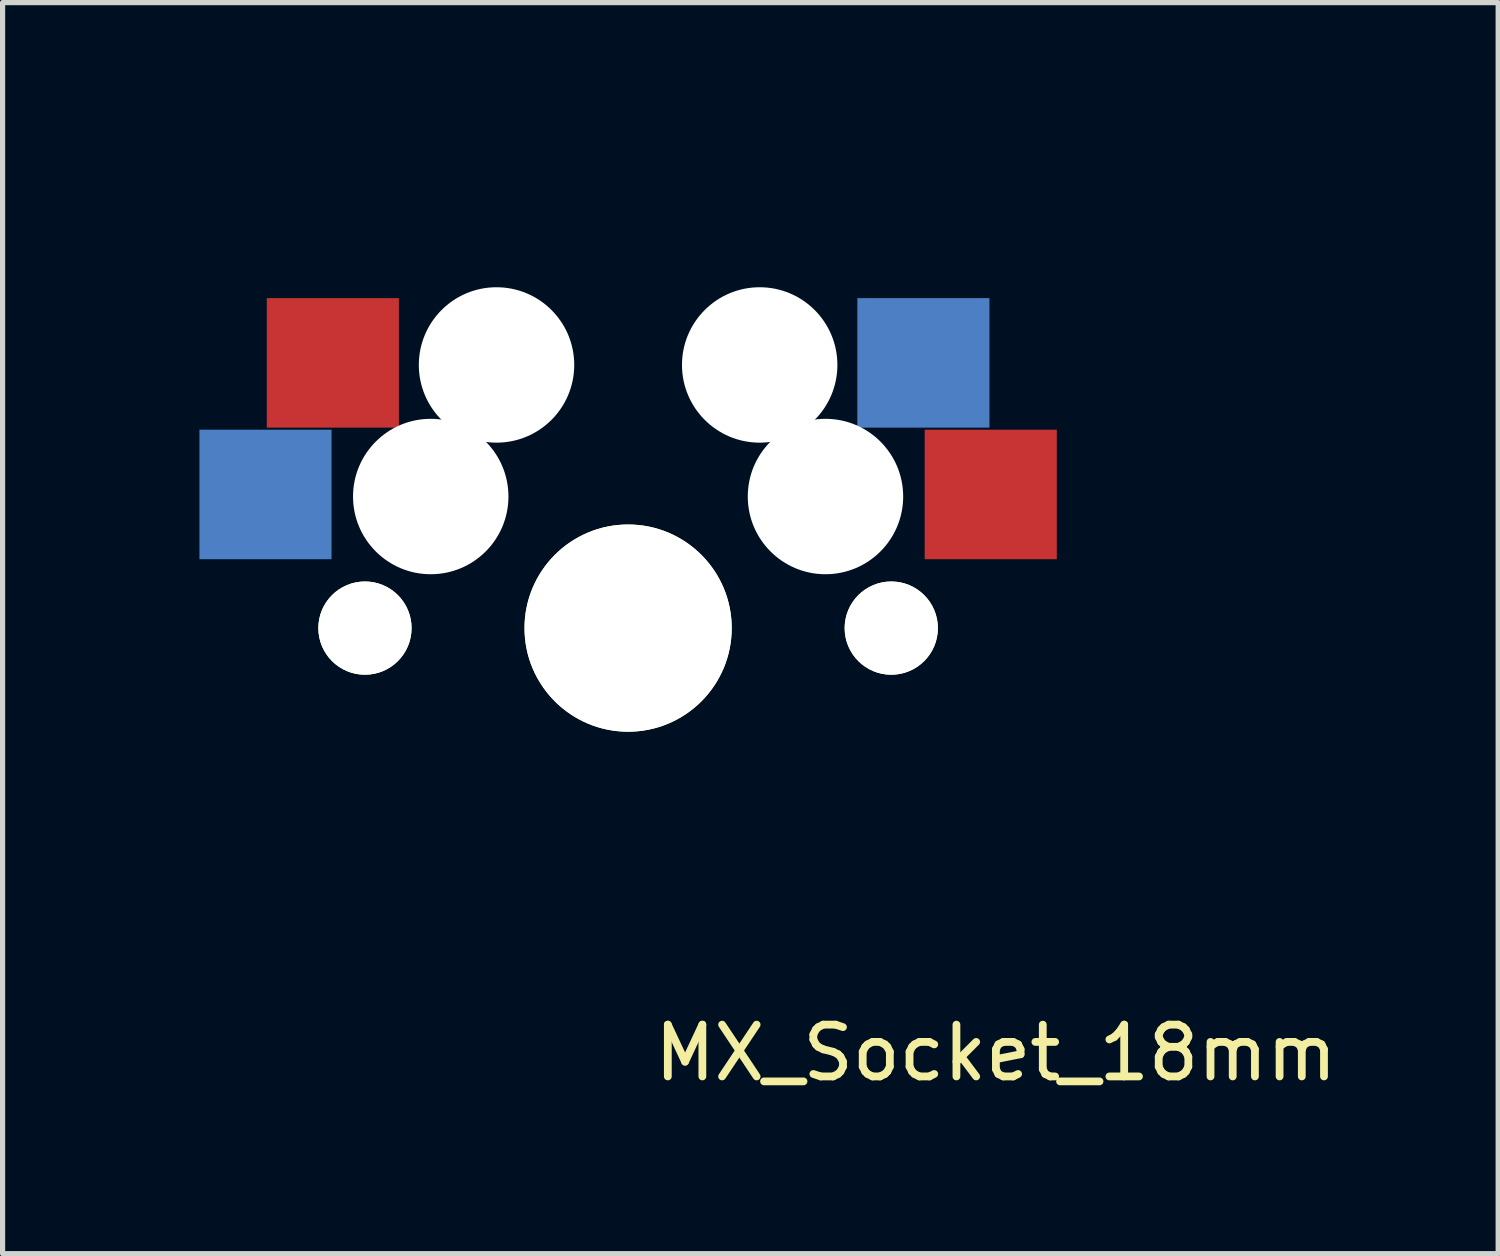
<source format=kicad_pcb>
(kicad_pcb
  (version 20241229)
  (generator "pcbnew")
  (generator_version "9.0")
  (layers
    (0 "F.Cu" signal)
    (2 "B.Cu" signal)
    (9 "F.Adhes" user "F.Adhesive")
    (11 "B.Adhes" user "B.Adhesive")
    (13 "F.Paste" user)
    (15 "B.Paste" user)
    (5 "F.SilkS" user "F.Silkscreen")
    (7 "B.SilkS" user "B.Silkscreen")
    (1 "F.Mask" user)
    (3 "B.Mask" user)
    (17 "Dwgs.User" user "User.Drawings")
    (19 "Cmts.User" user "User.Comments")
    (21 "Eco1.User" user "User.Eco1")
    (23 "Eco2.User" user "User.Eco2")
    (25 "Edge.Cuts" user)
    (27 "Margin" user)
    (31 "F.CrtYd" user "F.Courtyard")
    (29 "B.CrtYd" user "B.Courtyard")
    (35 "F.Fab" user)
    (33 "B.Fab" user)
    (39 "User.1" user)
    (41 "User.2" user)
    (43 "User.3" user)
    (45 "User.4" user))
  (footprint "MX_Socket_18mm"
    (layer "F.Cu")
    (at 9.075 9.075)
    (property "Reference" "MX_Socket_18mm" (at 7.1 8.2 0) (layer "F.SilkS") (effects (font (size 1 1) (thickness 0.15))))
    (attr through_hole)
    (fp_line (start -9 -9) (end 9 -9) (stroke (width 0.15) (type solid)) (layer "Eco2.User"))
    (fp_line (start -9 9) (end -9 -9) (stroke (width 0.15) (type solid)) (layer "Eco2.User"))
    (fp_line (start -7 -7) (end 7 -7) (stroke (width 0.15) (type solid)) (layer "Eco2.User"))
    (fp_line (start -7 7) (end -7 -7) (stroke (width 0.15) (type solid)) (layer "Eco2.User"))
    (fp_line (start 7 -7) (end 7 7) (stroke (width 0.15) (type solid)) (layer "Eco2.User"))
    (fp_line (start 7 7.1) (end -7 7.1) (stroke (width 0.15) (type solid)) (layer "Eco2.User"))
    (fp_line (start 9 -9) (end 9 9) (stroke (width 0.15) (type solid)) (layer "Eco2.User"))
    (fp_line (start 9 9) (end -9 9) (stroke (width 0.15) (type solid)) (layer "Eco2.User"))
    (pad "" np_thru_hole circle (at -5.08 0) (size 1.8 1.8) (drill 1.8) (layers "*.Cu" "*.Mask" "F.SilkS"))
    (pad "" np_thru_hole circle (at -3.81 -2.54 180) (size 3 3) (drill 3) (layers "*.Cu" "*.Mask"))
    (pad "" np_thru_hole circle (at -2.54 -5.08 180) (size 3 3) (drill 3) (layers "*.Cu" "*.Mask"))
    (pad "" np_thru_hole circle (at 0 0 90) (size 4 4) (drill 4) (layers "*.Cu" "*.Mask" "F.SilkS"))
    (pad "" np_thru_hole circle (at 2.54 -5.08 180) (size 3 3) (drill 3) (layers "*.Cu" "*.Mask"))
    (pad "" np_thru_hole circle (at 3.81 -2.54 180) (size 3 3) (drill 3) (layers "*.Cu" "*.Mask"))
    (pad "" np_thru_hole circle (at 5.08 0) (size 1.8 1.8) (drill 1.8) (layers "*.Cu" "*.Mask" "F.SilkS"))
    (pad "1" smd rect (at -7 -2.58 180) (size 2.55 2.5) (layers "B.Cu" "B.Mask" "B.Paste"))
    (pad "1" smd rect (at 7 -2.58 180) (size 2.55 2.5) (layers "F.Cu" "F.Mask" "F.Paste"))
    (pad "2" smd rect (at -5.7 -5.12 180) (size 2.55 2.5) (layers "F.Cu" "F.Mask" "F.Paste"))
    (pad "2" smd rect (at 5.7 -5.12 180) (size 2.55 2.5) (layers "B.Cu" "B.Mask" "B.Paste")))
  (gr_rect
    (start -3 -3)
    (end 25.871 21.15)
    (stroke (width 0.1) (type default))
    (fill no)
    (layer "Edge.Cuts")))
</source>
